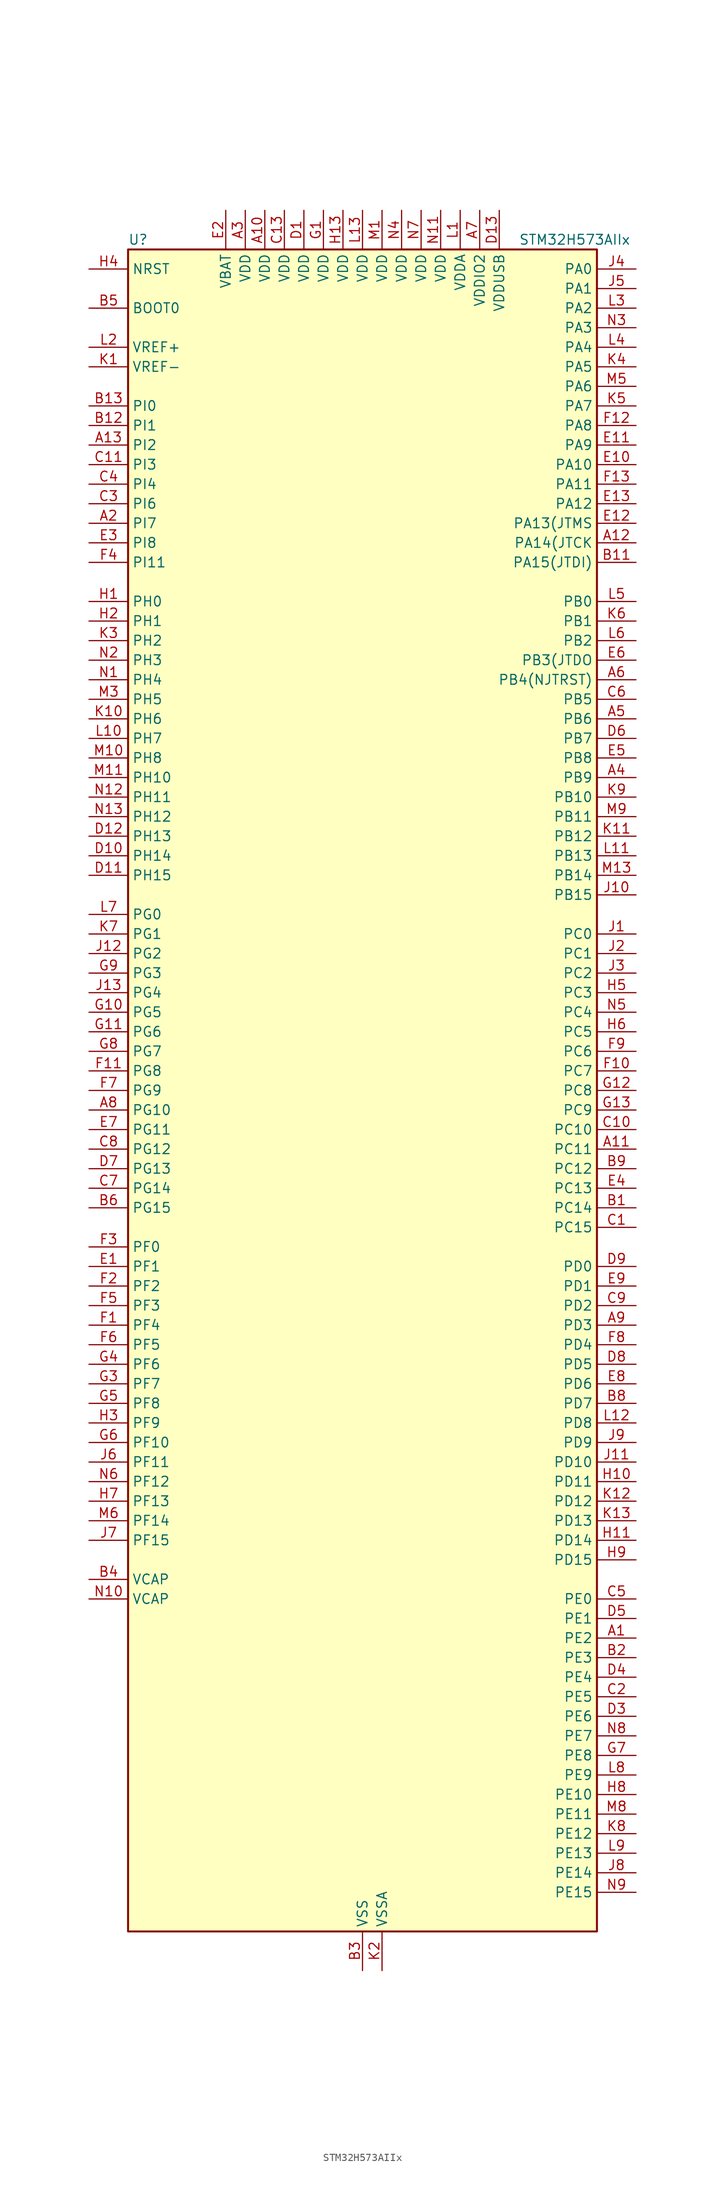
<source format=kicad_sym>
(kicad_symbol_lib
  (version 20231120)
  (generator "kicad-library-utils")
  (generator_version "8.0")
  (symbol "STM32H573AIIx"
    (property "Reference" "U"
      (at -30.48 110.49 0)
      (effects (font (size 1.27 1.27)) (justify left)))
    (property "Value" "STM32H573AIIx"
      (at 20.32 110.49 0)
      (effects (font (size 1.27 1.27)) (justify left)))
    (symbol "STM32H573AIIx_0_1"
      (rectangle (start -30.48 -109.22) (end 30.48 109.22) (stroke (width 0.254) (type default)) (fill (type background))))
    (symbol "STM32H573AIIx_1_1"
      (pin bidirectional line (at 35.56 -71.12 180) (length 5.08) (name "PE2" (effects (font (size 1.27 1.27)))) (number "A1" (effects (font (size 1.27 1.27)))) (alternate "DCMI_D3" bidirectional line) (alternate "DEBUG_TRACECLK" bidirectional line) (alternate "ETH_TXD3" bidirectional line) (alternate "FMC_A23" bidirectional line) (alternate "LPTIM1_IN2" bidirectional line) (alternate "OCTOSPI1_IO2" bidirectional line) (alternate "PSSI_D3" bidirectional line) (alternate "SAI1_CK1" bidirectional line) (alternate "SAI1_MCLK_A" bidirectional line) (alternate "SPI4_SCK" bidirectional line) (alternate "UART8_TX" bidirectional line) (alternate "USART10_RX" bidirectional line))
      (pin power_in line (at -12.7 114.3 270) (length 5.08) (name "VDD" (effects (font (size 1.27 1.27)))) (number "A10" (effects (font (size 1.27 1.27)))))
      (pin bidirectional line (at 35.56 -7.62 180) (length 5.08) (name "PC11" (effects (font (size 1.27 1.27)))) (number "A11" (effects (font (size 1.27 1.27)))) (alternate "ADC1_EXTI11" bidirectional line) (alternate "ADC2_EXTI11" bidirectional line) (alternate "DCMI_D4" bidirectional line) (alternate "I2S3_SDI" bidirectional line) (alternate "LPTIM3_IN1" bidirectional line) (alternate "OCTOSPI1_NCS" bidirectional line) (alternate "PSSI_D4" bidirectional line) (alternate "SDMMC1_D3" bidirectional line) (alternate "SPI3_MISO" bidirectional line) (alternate "UART4_RX" bidirectional line) (alternate "USART3_RX" bidirectional line))
      (pin bidirectional line (at 35.56 71.12 180) (length 5.08) (name "PA14(JTCK" (effects (font (size 1.27 1.27)))) (number "A12" (effects (font (size 1.27 1.27)))) (alternate "DEBUG_JTCK-SWCLK" bidirectional line))
      (pin bidirectional line (at -35.56 83.82 0) (length 5.08) (name "PI2" (effects (font (size 1.27 1.27)))) (number "A13" (effects (font (size 1.27 1.27)))) (alternate "DCMI_D9" bidirectional line) (alternate "I2S2_SDI" bidirectional line) (alternate "PSSI_D9" bidirectional line) (alternate "SPI2_MISO" bidirectional line) (alternate "TIM8_CH4" bidirectional line))
      (pin bidirectional line (at -35.56 73.66 0) (length 5.08) (name "PI7" (effects (font (size 1.27 1.27)))) (number "A2" (effects (font (size 1.27 1.27)))) (alternate "DCMI_D7" bidirectional line) (alternate "PSSI_D7" bidirectional line) (alternate "SAI2_FS_A" bidirectional line) (alternate "TIM8_CH3" bidirectional line))
      (pin power_in line (at -15.24 114.3 270) (length 5.08) (name "VDD" (effects (font (size 1.27 1.27)))) (number "A3" (effects (font (size 1.27 1.27)))))
      (pin bidirectional line (at 35.56 40.64 180) (length 5.08) (name "PB9" (effects (font (size 1.27 1.27)))) (number "A4" (effects (font (size 1.27 1.27)))) (alternate "DAC1_EXTI9" bidirectional line) (alternate "DCMI_D7" bidirectional line) (alternate "FDCAN1_TX" bidirectional line) (alternate "I2C1_SDA" bidirectional line) (alternate "I2C4_SDA" bidirectional line) (alternate "I2S2_WS" bidirectional line) (alternate "I3C1_SDA" bidirectional line) (alternate "PSSI_D7" bidirectional line) (alternate "SDMMC1_CDIR" bidirectional line) (alternate "SDMMC1_D5" bidirectional line) (alternate "SDMMC2_CKIN" bidirectional line) (alternate "SDMMC2_D5" bidirectional line) (alternate "SPI2_NSS" bidirectional line) (alternate "TIM17_CH1" bidirectional line) (alternate "TIM4_CH4" bidirectional line) (alternate "UART4_TX" bidirectional line))
      (pin bidirectional line (at 35.56 48.26 180) (length 5.08) (name "PB6" (effects (font (size 1.27 1.27)))) (number "A5" (effects (font (size 1.27 1.27)))) (alternate "CEC" bidirectional line) (alternate "DCMI_D5" bidirectional line) (alternate "FDCAN2_TX" bidirectional line) (alternate "FMC_SDNE1" bidirectional line) (alternate "I2C1_SCL" bidirectional line) (alternate "I2C4_SCL" bidirectional line) (alternate "I3C1_SCL" bidirectional line) (alternate "LPUART1_TX" bidirectional line) (alternate "OCTOSPI1_NCS" bidirectional line) (alternate "PSSI_D5" bidirectional line) (alternate "TIM16_CH1N" bidirectional line) (alternate "TIM4_CH1" bidirectional line) (alternate "UART5_TX" bidirectional line) (alternate "USART1_TX" bidirectional line))
      (pin bidirectional line (at 35.56 53.34 180) (length 5.08) (name "PB4(NJTRST)" (effects (font (size 1.27 1.27)))) (number "A6" (effects (font (size 1.27 1.27)))) (alternate "DCMI_D7" bidirectional line) (alternate "DEBUG_JTRST" bidirectional line) (alternate "I2S1_SDI" bidirectional line) (alternate "I2S2_WS" bidirectional line) (alternate "I2S3_SDI" bidirectional line) (alternate "LPTIM1_CH2" bidirectional line) (alternate "OCTOSPI1_CLK" bidirectional line) (alternate "PSSI_D7" bidirectional line) (alternate "SDMMC2_D3" bidirectional line) (alternate "SPI1_MISO" bidirectional line) (alternate "SPI2_NSS" bidirectional line) (alternate "SPI3_MISO" bidirectional line) (alternate "SPI6_MISO" bidirectional line) (alternate "TIM16_BKIN" bidirectional line) (alternate "TIM3_CH1" bidirectional line) (alternate "UART7_TX" bidirectional line))
      (pin power_in line (at 15.24 114.3 270) (length 5.08) (name "VDDIO2" (effects (font (size 1.27 1.27)))) (number "A7" (effects (font (size 1.27 1.27)))))
      (pin bidirectional line (at -35.56 -2.54 0) (length 5.08) (name "PG10" (effects (font (size 1.27 1.27)))) (number "A8" (effects (font (size 1.27 1.27)))) (alternate "DCMI_D2" bidirectional line) (alternate "FMC_NE3" bidirectional line) (alternate "I2S1_WS" bidirectional line) (alternate "PSSI_D2" bidirectional line) (alternate "SAI2_SD_B" bidirectional line) (alternate "SDMMC2_D1" bidirectional line) (alternate "SPI1_NSS" bidirectional line))
      (pin bidirectional line (at 35.56 -30.48 180) (length 5.08) (name "PD3" (effects (font (size 1.27 1.27)))) (number "A9" (effects (font (size 1.27 1.27)))) (alternate "DCMI_D5" bidirectional line) (alternate "FMC_CLK" bidirectional line) (alternate "I2S2_CK" bidirectional line) (alternate "PSSI_D5" bidirectional line) (alternate "PWR_WKUP8" bidirectional line) (alternate "SPI2_SCK" bidirectional line) (alternate "USART2_CTS" bidirectional line) (alternate "USART2_NSS" bidirectional line))
      (pin bidirectional line (at 35.56 -15.24 180) (length 5.08) (name "PC14" (effects (font (size 1.27 1.27)))) (number "B1" (effects (font (size 1.27 1.27)))) (alternate "RCC_OSC32_IN" bidirectional line))
      (pin passive line (at 0 -114.3 90) (length 5.08) hide (name "VSS" (effects (font (size 1.27 1.27)))) (number "B10" (effects (font (size 1.27 1.27)))))
      (pin bidirectional line (at 35.56 68.58 180) (length 5.08) (name "PA15(JTDI)" (effects (font (size 1.27 1.27)))) (number "B11" (effects (font (size 1.27 1.27)))) (alternate "ADC1_EXTI15" bidirectional line) (alternate "ADC2_EXTI15" bidirectional line) (alternate "CEC" bidirectional line) (alternate "DCMI_D11" bidirectional line) (alternate "DEBUG_JTDI" bidirectional line) (alternate "FMC_NBL1" bidirectional line) (alternate "I2S1_WS" bidirectional line) (alternate "I2S3_WS" bidirectional line) (alternate "LPTIM3_IN2" bidirectional line) (alternate "PSSI_D11" bidirectional line) (alternate "SPI1_NSS" bidirectional line) (alternate "SPI3_NSS" bidirectional line) (alternate "SPI6_NSS" bidirectional line) (alternate "TIM2_CH1" bidirectional line) (alternate "TIM2_ETR" bidirectional line) (alternate "UART4_DE" bidirectional line) (alternate "UART4_RTS" bidirectional line) (alternate "UART7_TX" bidirectional line))
      (pin bidirectional line (at -35.56 86.36 0) (length 5.08) (name "PI1" (effects (font (size 1.27 1.27)))) (number "B12" (effects (font (size 1.27 1.27)))) (alternate "DCMI_D8" bidirectional line) (alternate "I2S2_CK" bidirectional line) (alternate "PSSI_D8" bidirectional line) (alternate "SPI2_SCK" bidirectional line) (alternate "TIM8_BKIN2" bidirectional line))
      (pin bidirectional line (at -35.56 88.9 0) (length 5.08) (name "PI0" (effects (font (size 1.27 1.27)))) (number "B13" (effects (font (size 1.27 1.27)))) (alternate "DCMI_D13" bidirectional line) (alternate "I2S2_WS" bidirectional line) (alternate "PSSI_D13" bidirectional line) (alternate "SPI2_NSS" bidirectional line) (alternate "TIM5_CH4" bidirectional line))
      (pin bidirectional line (at 35.56 -73.66 180) (length 5.08) (name "PE3" (effects (font (size 1.27 1.27)))) (number "B2" (effects (font (size 1.27 1.27)))) (alternate "DEBUG_TRACED0" bidirectional line) (alternate "FMC_A19" bidirectional line) (alternate "SAI1_SD_B" bidirectional line) (alternate "TAMP_IN6" bidirectional line) (alternate "TAMP_OUT3" bidirectional line) (alternate "TIM15_BKIN" bidirectional line) (alternate "USART10_TX" bidirectional line))
      (pin power_in line (at 0 -114.3 90) (length 5.08) (name "VSS" (effects (font (size 1.27 1.27)))) (number "B3" (effects (font (size 1.27 1.27)))))
      (pin power_out line (at -35.56 -63.5 0) (length 5.08) (name "VCAP" (effects (font (size 1.27 1.27)))) (number "B4" (effects (font (size 1.27 1.27)))))
      (pin input line (at -35.56 101.6 0) (length 5.08) (name "BOOT0" (effects (font (size 1.27 1.27)))) (number "B5" (effects (font (size 1.27 1.27)))))
      (pin bidirectional line (at -35.56 -15.24 0) (length 5.08) (name "PG15" (effects (font (size 1.27 1.27)))) (number "B6" (effects (font (size 1.27 1.27)))) (alternate "ADC1_EXTI15" bidirectional line) (alternate "ADC2_EXTI15" bidirectional line) (alternate "DCMI_D13" bidirectional line) (alternate "FMC_SDNCAS" bidirectional line) (alternate "PSSI_D13" bidirectional line) (alternate "SPI4_RDY" bidirectional line) (alternate "USART10_CK" bidirectional line) (alternate "USART6_CTS" bidirectional line) (alternate "USART6_NSS" bidirectional line))
      (pin passive line (at 0 -114.3 90) (length 5.08) hide (name "VSS" (effects (font (size 1.27 1.27)))) (number "B7" (effects (font (size 1.27 1.27)))))
      (pin bidirectional line (at 35.56 -40.64 180) (length 5.08) (name "PD7" (effects (font (size 1.27 1.27)))) (number "B8" (effects (font (size 1.27 1.27)))) (alternate "FMC_NCE" bidirectional line) (alternate "FMC_NE1" bidirectional line) (alternate "I2S1_SDO" bidirectional line) (alternate "LPTIM4_OUT" bidirectional line) (alternate "OCTOSPI1_IO7" bidirectional line) (alternate "SDMMC2_CMD" bidirectional line) (alternate "SPI1_MOSI" bidirectional line) (alternate "USART2_CK" bidirectional line))
      (pin bidirectional line (at 35.56 -10.16 180) (length 5.08) (name "PC12" (effects (font (size 1.27 1.27)))) (number "B9" (effects (font (size 1.27 1.27)))) (alternate "DCMI_D9" bidirectional line) (alternate "DEBUG_TRACED3" bidirectional line) (alternate "I2S3_SDO" bidirectional line) (alternate "PSSI_D9" bidirectional line) (alternate "SDMMC1_CK" bidirectional line) (alternate "SPI3_MOSI" bidirectional line) (alternate "SPI6_SCK" bidirectional line) (alternate "TIM15_CH1" bidirectional line) (alternate "UART5_TX" bidirectional line) (alternate "USART3_CK" bidirectional line))
      (pin bidirectional line (at 35.56 -17.78 180) (length 5.08) (name "PC15" (effects (font (size 1.27 1.27)))) (number "C1" (effects (font (size 1.27 1.27)))) (alternate "ADC1_EXTI15" bidirectional line) (alternate "ADC2_EXTI15" bidirectional line) (alternate "RCC_OSC32_OUT" bidirectional line))
      (pin bidirectional line (at 35.56 -5.08 180) (length 5.08) (name "PC10" (effects (font (size 1.27 1.27)))) (number "C10" (effects (font (size 1.27 1.27)))) (alternate "DCMI_D8" bidirectional line) (alternate "ETH_TXD0" bidirectional line) (alternate "I2S3_CK" bidirectional line) (alternate "LPTIM3_ETR" bidirectional line) (alternate "OCTOSPI1_IO1" bidirectional line) (alternate "PSSI_D8" bidirectional line) (alternate "SDMMC1_D2" bidirectional line) (alternate "SPI3_SCK" bidirectional line) (alternate "UART4_TX" bidirectional line) (alternate "USART3_TX" bidirectional line))
      (pin bidirectional line (at -35.56 81.28 0) (length 5.08) (name "PI3" (effects (font (size 1.27 1.27)))) (number "C11" (effects (font (size 1.27 1.27)))) (alternate "DCMI_D10" bidirectional line) (alternate "I2S2_SDO" bidirectional line) (alternate "PSSI_D10" bidirectional line) (alternate "SPI2_MOSI" bidirectional line) (alternate "TIM8_ETR" bidirectional line))
      (pin passive line (at 0 -114.3 90) (length 5.08) hide (name "VSS" (effects (font (size 1.27 1.27)))) (number "C12" (effects (font (size 1.27 1.27)))))
      (pin power_in line (at -10.16 114.3 270) (length 5.08) (name "VDD" (effects (font (size 1.27 1.27)))) (number "C13" (effects (font (size 1.27 1.27)))))
      (pin bidirectional line (at 35.56 -78.74 180) (length 5.08) (name "PE5" (effects (font (size 1.27 1.27)))) (number "C2" (effects (font (size 1.27 1.27)))) (alternate "DCMI_D6" bidirectional line) (alternate "DEBUG_TRACED2" bidirectional line) (alternate "FMC_A21" bidirectional line) (alternate "PSSI_D6" bidirectional line) (alternate "SAI1_CK2" bidirectional line) (alternate "SAI1_SCK_A" bidirectional line) (alternate "SPI4_MISO" bidirectional line) (alternate "TAMP_IN8" bidirectional line) (alternate "TAMP_OUT7" bidirectional line) (alternate "TIM15_CH1" bidirectional line))
      (pin bidirectional line (at -35.56 76.2 0) (length 5.08) (name "PI6" (effects (font (size 1.27 1.27)))) (number "C3" (effects (font (size 1.27 1.27)))) (alternate "DCMI_D6" bidirectional line) (alternate "PSSI_D6" bidirectional line) (alternate "SAI2_SD_A" bidirectional line) (alternate "TIM8_CH2" bidirectional line))
      (pin bidirectional line (at -35.56 78.74 0) (length 5.08) (name "PI4" (effects (font (size 1.27 1.27)))) (number "C4" (effects (font (size 1.27 1.27)))) (alternate "DCMI_D5" bidirectional line) (alternate "PSSI_D5" bidirectional line) (alternate "SAI2_MCLK_A" bidirectional line) (alternate "SPI2_RDY" bidirectional line) (alternate "TIM8_BKIN" bidirectional line))
      (pin bidirectional line (at 35.56 -66.04 180) (length 5.08) (name "PE0" (effects (font (size 1.27 1.27)))) (number "C5" (effects (font (size 1.27 1.27)))) (alternate "DCMI_D2" bidirectional line) (alternate "FDCAN1_RX" bidirectional line) (alternate "FMC_NBL0" bidirectional line) (alternate "LPTIM1_ETR" bidirectional line) (alternate "LPTIM2_CH2" bidirectional line) (alternate "LPTIM2_ETR" bidirectional line) (alternate "PSSI_D2" bidirectional line) (alternate "SAI2_MCLK_A" bidirectional line) (alternate "SPI3_RDY" bidirectional line) (alternate "TIM4_ETR" bidirectional line) (alternate "UART8_RX" bidirectional line))
      (pin bidirectional line (at 35.56 50.8 180) (length 5.08) (name "PB5" (effects (font (size 1.27 1.27)))) (number "C6" (effects (font (size 1.27 1.27)))) (alternate "DCMI_D10" bidirectional line) (alternate "ETH_PPS_OUT" bidirectional line) (alternate "FDCAN2_RX" bidirectional line) (alternate "FMC_SDCKE1" bidirectional line) (alternate "I2C1_SMBA" bidirectional line) (alternate "I2C4_SMBA" bidirectional line) (alternate "I2S1_SDO" bidirectional line) (alternate "I2S3_SDO" bidirectional line) (alternate "OCTOSPI1_NCLK" bidirectional line) (alternate "PSSI_D10" bidirectional line) (alternate "SPI1_MOSI" bidirectional line) (alternate "SPI3_MOSI" bidirectional line) (alternate "SPI6_MOSI" bidirectional line) (alternate "TIM17_BKIN" bidirectional line) (alternate "TIM3_CH2" bidirectional line) (alternate "UART5_RX" bidirectional line))
      (pin bidirectional line (at -35.56 -12.7 0) (length 5.08) (name "PG14" (effects (font (size 1.27 1.27)))) (number "C7" (effects (font (size 1.27 1.27)))) (alternate "DEBUG_TRACED1" bidirectional line) (alternate "ETH_TXD1" bidirectional line) (alternate "FMC_A25" bidirectional line) (alternate "LPTIM1_CH2" bidirectional line) (alternate "LPTIM1_ETR" bidirectional line) (alternate "LPTIM5_IN1" bidirectional line) (alternate "OCTOSPI1_IO7" bidirectional line) (alternate "SDMMC2_D7" bidirectional line) (alternate "SPI6_MOSI" bidirectional line) (alternate "USART10_RTS" bidirectional line) (alternate "USART6_TX" bidirectional line))
      (pin bidirectional line (at -35.56 -7.62 0) (length 5.08) (name "PG12" (effects (font (size 1.27 1.27)))) (number "C8" (effects (font (size 1.27 1.27)))) (alternate "DCMI_D11" bidirectional line) (alternate "ETH_TXD1" bidirectional line) (alternate "FMC_NE4" bidirectional line) (alternate "LPTIM1_IN1" bidirectional line) (alternate "LPTIM5_CH1" bidirectional line) (alternate "PSSI_D11" bidirectional line) (alternate "PSSI_D15" bidirectional line) (alternate "SDMMC2_D3" bidirectional line) (alternate "SPI6_MISO" bidirectional line) (alternate "USART10_TX" bidirectional line) (alternate "USART6_RTS" bidirectional line))
      (pin bidirectional line (at 35.56 -27.94 180) (length 5.08) (name "PD2" (effects (font (size 1.27 1.27)))) (number "C9" (effects (font (size 1.27 1.27)))) (alternate "DCMI_D11" bidirectional line) (alternate "DEBUG_TRACED2" bidirectional line) (alternate "LPTIM4_ETR" bidirectional line) (alternate "PSSI_D11" bidirectional line) (alternate "PWR_WKUP7" bidirectional line) (alternate "SDMMC1_CMD" bidirectional line) (alternate "TIM15_BKIN" bidirectional line) (alternate "TIM3_ETR" bidirectional line) (alternate "UART5_RX" bidirectional line))
      (pin power_in line (at -7.62 114.3 270) (length 5.08) (name "VDD" (effects (font (size 1.27 1.27)))) (number "D1" (effects (font (size 1.27 1.27)))))
      (pin bidirectional line (at -35.56 30.48 0) (length 5.08) (name "PH14" (effects (font (size 1.27 1.27)))) (number "D10" (effects (font (size 1.27 1.27)))) (alternate "DCMI_D4" bidirectional line) (alternate "FDCAN1_RX" bidirectional line) (alternate "PSSI_D4" bidirectional line) (alternate "TIM8_CH2N" bidirectional line) (alternate "UART4_RX" bidirectional line))
      (pin bidirectional line (at -35.56 27.94 0) (length 5.08) (name "PH15" (effects (font (size 1.27 1.27)))) (number "D11" (effects (font (size 1.27 1.27)))) (alternate "ADC1_EXTI15" bidirectional line) (alternate "ADC2_EXTI15" bidirectional line) (alternate "DCMI_D11" bidirectional line) (alternate "PSSI_D11" bidirectional line) (alternate "TIM8_CH3N" bidirectional line))
      (pin bidirectional line (at -35.56 33.02 0) (length 5.08) (name "PH13" (effects (font (size 1.27 1.27)))) (number "D12" (effects (font (size 1.27 1.27)))) (alternate "DCMI_D3" bidirectional line) (alternate "FDCAN1_TX" bidirectional line) (alternate "LPTIM1_IN2" bidirectional line) (alternate "PSSI_D3" bidirectional line) (alternate "TIM8_CH1N" bidirectional line) (alternate "UART4_TX" bidirectional line) (alternate "UART8_TX" bidirectional line))
      (pin power_in line (at 17.78 114.3 270) (length 5.08) (name "VDDUSB" (effects (font (size 1.27 1.27)))) (number "D13" (effects (font (size 1.27 1.27)))))
      (pin passive line (at 0 -114.3 90) (length 5.08) hide (name "VSS" (effects (font (size 1.27 1.27)))) (number "D2" (effects (font (size 1.27 1.27)))))
      (pin bidirectional line (at 35.56 -81.28 180) (length 5.08) (name "PE6" (effects (font (size 1.27 1.27)))) (number "D3" (effects (font (size 1.27 1.27)))) (alternate "DCMI_D7" bidirectional line) (alternate "DEBUG_TRACED3" bidirectional line) (alternate "FMC_A22" bidirectional line) (alternate "PSSI_D7" bidirectional line) (alternate "SAI1_D1" bidirectional line) (alternate "SAI1_SD_A" bidirectional line) (alternate "SAI2_MCLK_B" bidirectional line) (alternate "SPI4_MOSI" bidirectional line) (alternate "TAMP_IN3" bidirectional line) (alternate "TAMP_OUT6" bidirectional line) (alternate "TIM15_CH2" bidirectional line) (alternate "TIM1_BKIN2" bidirectional line))
      (pin bidirectional line (at 35.56 -76.2 180) (length 5.08) (name "PE4" (effects (font (size 1.27 1.27)))) (number "D4" (effects (font (size 1.27 1.27)))) (alternate "DCMI_D4" bidirectional line) (alternate "DEBUG_TRACED1" bidirectional line) (alternate "FMC_A20" bidirectional line) (alternate "PSSI_D4" bidirectional line) (alternate "SAI1_D2" bidirectional line) (alternate "SAI1_FS_A" bidirectional line) (alternate "SPI4_NSS" bidirectional line) (alternate "TAMP_IN7" bidirectional line) (alternate "TAMP_OUT8" bidirectional line) (alternate "TIM15_CH1N" bidirectional line))
      (pin bidirectional line (at 35.56 -68.58 180) (length 5.08) (name "PE1" (effects (font (size 1.27 1.27)))) (number "D5" (effects (font (size 1.27 1.27)))) (alternate "DCMI_D3" bidirectional line) (alternate "FDCAN1_TX" bidirectional line) (alternate "FMC_NBL1" bidirectional line) (alternate "LPTIM1_IN2" bidirectional line) (alternate "PSSI_D3" bidirectional line) (alternate "UART8_TX" bidirectional line))
      (pin bidirectional line (at 35.56 45.72 180) (length 5.08) (name "PB7" (effects (font (size 1.27 1.27)))) (number "D6" (effects (font (size 1.27 1.27)))) (alternate "DCMI_VSYNC" bidirectional line) (alternate "FDCAN1_TX" bidirectional line) (alternate "FMC_NL" bidirectional line) (alternate "I2C1_SDA" bidirectional line) (alternate "I2C4_SDA" bidirectional line) (alternate "I3C1_SDA" bidirectional line) (alternate "LPUART1_RX" bidirectional line) (alternate "PSSI_RDY" bidirectional line) (alternate "PWR_WKUP5" bidirectional line) (alternate "SDMMC2_CKIN" bidirectional line) (alternate "SDMMC2_D5" bidirectional line) (alternate "TIM17_CH1N" bidirectional line) (alternate "TIM4_CH2" bidirectional line) (alternate "USART1_RX" bidirectional line))
      (pin bidirectional line (at -35.56 -10.16 0) (length 5.08) (name "PG13" (effects (font (size 1.27 1.27)))) (number "D7" (effects (font (size 1.27 1.27)))) (alternate "DEBUG_TRACED0" bidirectional line) (alternate "ETH_TXD0" bidirectional line) (alternate "FMC_A24" bidirectional line) (alternate "LPTIM1_CH1" bidirectional line) (alternate "LPTIM5_CH2" bidirectional line) (alternate "SDMMC2_D6" bidirectional line) (alternate "SPI6_SCK" bidirectional line) (alternate "USART10_CTS" bidirectional line) (alternate "USART10_NSS" bidirectional line) (alternate "USART6_CTS" bidirectional line) (alternate "USART6_NSS" bidirectional line))
      (pin bidirectional line (at 35.56 -35.56 180) (length 5.08) (name "PD5" (effects (font (size 1.27 1.27)))) (number "D8" (effects (font (size 1.27 1.27)))) (alternate "FDCAN1_TX" bidirectional line) (alternate "FMC_NWE" bidirectional line) (alternate "OCTOSPI1_IO5" bidirectional line) (alternate "SPI2_RDY" bidirectional line) (alternate "TIM1_CH4N" bidirectional line) (alternate "USART2_TX" bidirectional line))
      (pin bidirectional line (at 35.56 -22.86 180) (length 5.08) (name "PD0" (effects (font (size 1.27 1.27)))) (number "D9" (effects (font (size 1.27 1.27)))) (alternate "FDCAN1_RX" bidirectional line) (alternate "FMC_D2" bidirectional line) (alternate "FMC_DA2" bidirectional line) (alternate "TIM8_CH4N" bidirectional line) (alternate "UART4_RX" bidirectional line) (alternate "UART9_CTS" bidirectional line))
      (pin bidirectional line (at -35.56 -22.86 0) (length 5.08) (name "PF1" (effects (font (size 1.27 1.27)))) (number "E1" (effects (font (size 1.27 1.27)))) (alternate "FMC_A1" bidirectional line) (alternate "I2C2_SCL" bidirectional line) (alternate "LPTIM5_CH2" bidirectional line))
      (pin bidirectional line (at 35.56 81.28 180) (length 5.08) (name "PA10" (effects (font (size 1.27 1.27)))) (number "E10" (effects (font (size 1.27 1.27)))) (alternate "DCMI_D1" bidirectional line) (alternate "FDCAN2_TX" bidirectional line) (alternate "LPTIM2_IN2" bidirectional line) (alternate "LPUART1_RX" bidirectional line) (alternate "PSSI_D1" bidirectional line) (alternate "SDMMC1_D0" bidirectional line) (alternate "TIM1_CH3" bidirectional line) (alternate "UCPD1_FRSTX" bidirectional line) (alternate "USART1_RX" bidirectional line))
      (pin bidirectional line (at 35.56 83.82 180) (length 5.08) (name "PA9" (effects (font (size 1.27 1.27)))) (number "E11" (effects (font (size 1.27 1.27)))) (alternate "DAC1_EXTI9" bidirectional line) (alternate "DCMI_D0" bidirectional line) (alternate "ETH_TX_ER" bidirectional line) (alternate "FMC_NWE" bidirectional line) (alternate "I2C3_SMBA" bidirectional line) (alternate "I2S2_CK" bidirectional line) (alternate "LPUART1_TX" bidirectional line) (alternate "PSSI_D0" bidirectional line) (alternate "SPI2_SCK" bidirectional line) (alternate "TIM1_CH2" bidirectional line) (alternate "UCPD1_DB1" bidirectional line) (alternate "USART1_TX" bidirectional line))
      (pin bidirectional line (at 35.56 73.66 180) (length 5.08) (name "PA13(JTMS" (effects (font (size 1.27 1.27)))) (number "E12" (effects (font (size 1.27 1.27)))) (alternate "DEBUG_JTMS-SWDIO" bidirectional line))
      (pin bidirectional line (at 35.56 76.2 180) (length 5.08) (name "PA12" (effects (font (size 1.27 1.27)))) (number "E13" (effects (font (size 1.27 1.27)))) (alternate "FDCAN1_TX" bidirectional line) (alternate "I2S2_CK" bidirectional line) (alternate "LPUART1_RTS" bidirectional line) (alternate "SAI2_FS_B" bidirectional line) (alternate "SPI2_SCK" bidirectional line) (alternate "TIM1_ETR" bidirectional line) (alternate "UART4_TX" bidirectional line) (alternate "USART1_RTS" bidirectional line) (alternate "USB_DP" bidirectional line))
      (pin power_in line (at -17.78 114.3 270) (length 5.08) (name "VBAT" (effects (font (size 1.27 1.27)))) (number "E2" (effects (font (size 1.27 1.27)))))
      (pin bidirectional line (at -35.56 71.12 0) (length 5.08) (name "PI8" (effects (font (size 1.27 1.27)))) (number "E3" (effects (font (size 1.27 1.27)))) (alternate "PWR_WKUP3" bidirectional line) (alternate "RTC_OUT2" bidirectional line) (alternate "TAMP_IN2" bidirectional line) (alternate "TAMP_OUT3" bidirectional line))
      (pin bidirectional line (at 35.56 -12.7 180) (length 5.08) (name "PC13" (effects (font (size 1.27 1.27)))) (number "E4" (effects (font (size 1.27 1.27)))) (alternate "PWR_WKUP4" bidirectional line) (alternate "RTC_OUT1" bidirectional line) (alternate "RTC_TS" bidirectional line) (alternate "TAMP_IN1" bidirectional line) (alternate "TAMP_OUT2" bidirectional line) (alternate "TAMP_OUT3" bidirectional line))
      (pin bidirectional line (at 35.56 43.18 180) (length 5.08) (name "PB8" (effects (font (size 1.27 1.27)))) (number "E5" (effects (font (size 1.27 1.27)))) (alternate "DCMI_D6" bidirectional line) (alternate "ETH_TXD3" bidirectional line) (alternate "FDCAN1_RX" bidirectional line) (alternate "I2C1_SCL" bidirectional line) (alternate "I2C4_SCL" bidirectional line) (alternate "I3C1_SCL" bidirectional line) (alternate "PSSI_D6" bidirectional line) (alternate "SDMMC1_CKIN" bidirectional line) (alternate "SDMMC1_D4" bidirectional line) (alternate "SDMMC2_D4" bidirectional line) (alternate "SPI4_RDY" bidirectional line) (alternate "TIM16_CH1" bidirectional line) (alternate "TIM4_CH3" bidirectional line) (alternate "UART4_RX" bidirectional line))
      (pin bidirectional line (at 35.56 55.88 180) (length 5.08) (name "PB3(JTDO" (effects (font (size 1.27 1.27)))) (number "E6" (effects (font (size 1.27 1.27)))) (alternate "CRS_SYNC" bidirectional line) (alternate "DEBUG_JTDO-SWO" bidirectional line) (alternate "I2C2_SDA" bidirectional line) (alternate "I2S1_CK" bidirectional line) (alternate "I2S3_CK" bidirectional line) (alternate "LPTIM6_ETR" bidirectional line) (alternate "SDMMC2_D2" bidirectional line) (alternate "SPI1_SCK" bidirectional line) (alternate "SPI3_SCK" bidirectional line) (alternate "SPI6_SCK" bidirectional line) (alternate "TIM2_CH2" bidirectional line) (alternate "UART12_CTS" bidirectional line) (alternate "UART7_RX" bidirectional line))
      (pin bidirectional line (at -35.56 -5.08 0) (length 5.08) (name "PG11" (effects (font (size 1.27 1.27)))) (number "E7" (effects (font (size 1.27 1.27)))) (alternate "ADC1_EXTI11" bidirectional line) (alternate "ADC2_EXTI11" bidirectional line) (alternate "DCMI_D3" bidirectional line) (alternate "ETH_TX_EN" bidirectional line) (alternate "I2S1_CK" bidirectional line) (alternate "LPTIM1_IN2" bidirectional line) (alternate "PSSI_D3" bidirectional line) (alternate "SDMMC2_D2" bidirectional line) (alternate "SPI1_SCK" bidirectional line) (alternate "USART10_RX" bidirectional line) (alternate "USART11_RTS" bidirectional line))
      (pin bidirectional line (at 35.56 -38.1 180) (length 5.08) (name "PD6" (effects (font (size 1.27 1.27)))) (number "E8" (effects (font (size 1.27 1.27)))) (alternate "DCMI_D10" bidirectional line) (alternate "FMC_NWAIT" bidirectional line) (alternate "I2S3_SDO" bidirectional line) (alternate "OCTOSPI1_IO6" bidirectional line) (alternate "PSSI_D10" bidirectional line) (alternate "SAI1_D1" bidirectional line) (alternate "SAI1_SD_A" bidirectional line) (alternate "SDMMC2_CK" bidirectional line) (alternate "SPI3_MOSI" bidirectional line) (alternate "USART2_RX" bidirectional line))
      (pin bidirectional line (at 35.56 -25.4 180) (length 5.08) (name "PD1" (effects (font (size 1.27 1.27)))) (number "E9" (effects (font (size 1.27 1.27)))) (alternate "FDCAN1_TX" bidirectional line) (alternate "FMC_D3" bidirectional line) (alternate "FMC_DA3" bidirectional line) (alternate "UART4_TX" bidirectional line))
      (pin bidirectional line (at -35.56 -30.48 0) (length 5.08) (name "PF4" (effects (font (size 1.27 1.27)))) (number "F1" (effects (font (size 1.27 1.27)))) (alternate "FMC_A4" bidirectional line) (alternate "LPTIM3_ETR" bidirectional line) (alternate "USART11_RX" bidirectional line))
      (pin bidirectional line (at 35.56 2.54 180) (length 5.08) (name "PC7" (effects (font (size 1.27 1.27)))) (number "F10" (effects (font (size 1.27 1.27)))) (alternate "DCMI_D1" bidirectional line) (alternate "DEBUG_TRGIO" bidirectional line) (alternate "FMC_NE1" bidirectional line) (alternate "I2S3_MCK" bidirectional line) (alternate "OCTOSPI1_IO6" bidirectional line) (alternate "PSSI_D1" bidirectional line) (alternate "SDMMC1_D123DIR" bidirectional line) (alternate "SDMMC1_D7" bidirectional line) (alternate "SDMMC2_D7" bidirectional line) (alternate "TIM3_CH2" bidirectional line) (alternate "TIM8_CH2" bidirectional line) (alternate "USART6_RX" bidirectional line))
      (pin bidirectional line (at -35.56 2.54 0) (length 5.08) (name "PG8" (effects (font (size 1.27 1.27)))) (number "F11" (effects (font (size 1.27 1.27)))) (alternate "ETH_PPS_OUT" bidirectional line) (alternate "FMC_SDCLK" bidirectional line) (alternate "SPI6_NSS" bidirectional line) (alternate "TIM8_ETR" bidirectional line) (alternate "USART6_RTS" bidirectional line))
      (pin bidirectional line (at 35.56 86.36 180) (length 5.08) (name "PA8" (effects (font (size 1.27 1.27)))) (number "F12" (effects (font (size 1.27 1.27)))) (alternate "DCMI_D3" bidirectional line) (alternate "FMC_NOE" bidirectional line) (alternate "I2C3_SCL" bidirectional line) (alternate "PSSI_D3" bidirectional line) (alternate "RCC_MCO_1" bidirectional line) (alternate "SPI1_RDY" bidirectional line) (alternate "TIM1_CH1" bidirectional line) (alternate "TIM8_BKIN2" bidirectional line) (alternate "UART7_RX" bidirectional line) (alternate "USART1_CK" bidirectional line) (alternate "USB_SOF" bidirectional line))
      (pin bidirectional line (at 35.56 78.74 180) (length 5.08) (name "PA11" (effects (font (size 1.27 1.27)))) (number "F13" (effects (font (size 1.27 1.27)))) (alternate "ADC1_EXTI11" bidirectional line) (alternate "ADC2_EXTI11" bidirectional line) (alternate "FDCAN1_RX" bidirectional line) (alternate "I2S2_WS" bidirectional line) (alternate "LPUART1_CTS" bidirectional line) (alternate "SPI2_NSS" bidirectional line) (alternate "TIM1_CH4" bidirectional line) (alternate "UART4_RX" bidirectional line) (alternate "USART1_CTS" bidirectional line) (alternate "USART1_NSS" bidirectional line) (alternate "USB_DM" bidirectional line))
      (pin bidirectional line (at -35.56 -25.4 0) (length 5.08) (name "PF2" (effects (font (size 1.27 1.27)))) (number "F2" (effects (font (size 1.27 1.27)))) (alternate "FMC_A2" bidirectional line) (alternate "I2C2_SMBA" bidirectional line) (alternate "LPTIM3_CH2" bidirectional line) (alternate "LPTIM3_IN2" bidirectional line) (alternate "LPTIM5_IN1" bidirectional line) (alternate "UART12_TX" bidirectional line) (alternate "USART11_CK" bidirectional line))
      (pin bidirectional line (at -35.56 -20.32 0) (length 5.08) (name "PF0" (effects (font (size 1.27 1.27)))) (number "F3" (effects (font (size 1.27 1.27)))) (alternate "FMC_A0" bidirectional line) (alternate "I2C2_SDA" bidirectional line) (alternate "LPTIM5_CH1" bidirectional line))
      (pin bidirectional line (at -35.56 68.58 0) (length 5.08) (name "PI11" (effects (font (size 1.27 1.27)))) (number "F4" (effects (font (size 1.27 1.27)))) (alternate "ADC1_EXTI11" bidirectional line) (alternate "ADC2_EXTI11" bidirectional line) (alternate "PSSI_D15" bidirectional line) (alternate "TAMP_IN4" bidirectional line) (alternate "TAMP_OUT5" bidirectional line))
      (pin bidirectional line (at -35.56 -27.94 0) (length 5.08) (name "PF3" (effects (font (size 1.27 1.27)))) (number "F5" (effects (font (size 1.27 1.27)))) (alternate "FMC_A3" bidirectional line) (alternate "LPTIM3_IN1" bidirectional line) (alternate "LPTIM5_IN2" bidirectional line) (alternate "USART11_TX" bidirectional line))
      (pin bidirectional line (at -35.56 -33.02 0) (length 5.08) (name "PF5" (effects (font (size 1.27 1.27)))) (number "F6" (effects (font (size 1.27 1.27)))) (alternate "FMC_A5" bidirectional line) (alternate "I2C4_SCL" bidirectional line) (alternate "I3C1_SCL" bidirectional line) (alternate "LPTIM3_CH1" bidirectional line) (alternate "LPTIM3_IN1" bidirectional line) (alternate "UART12_RX" bidirectional line) (alternate "USART11_CTS" bidirectional line) (alternate "USART11_NSS" bidirectional line))
      (pin bidirectional line (at -35.56 0 0) (length 5.08) (name "PG9" (effects (font (size 1.27 1.27)))) (number "F7" (effects (font (size 1.27 1.27)))) (alternate "DAC1_EXTI9" bidirectional line) (alternate "DCMI_VSYNC" bidirectional line) (alternate "FMC_NCE" bidirectional line) (alternate "FMC_NE2" bidirectional line) (alternate "I2S1_SDI" bidirectional line) (alternate "OCTOSPI1_IO6" bidirectional line) (alternate "PSSI_RDY" bidirectional line) (alternate "SAI2_FS_B" bidirectional line) (alternate "SDMMC2_D0" bidirectional line) (alternate "SPI1_MISO" bidirectional line) (alternate "USART6_RX" bidirectional line))
      (pin bidirectional line (at 35.56 -33.02 180) (length 5.08) (name "PD4" (effects (font (size 1.27 1.27)))) (number "F8" (effects (font (size 1.27 1.27)))) (alternate "FMC_NOE" bidirectional line) (alternate "OCTOSPI1_IO4" bidirectional line) (alternate "USART2_RTS" bidirectional line))
      (pin bidirectional line (at 35.56 5.08 180) (length 5.08) (name "PC6" (effects (font (size 1.27 1.27)))) (number "F9" (effects (font (size 1.27 1.27)))) (alternate "DCMI_D0" bidirectional line) (alternate "FMC_NWAIT" bidirectional line) (alternate "I2S2_MCK" bidirectional line) (alternate "OCTOSPI1_IO5" bidirectional line) (alternate "PSSI_D0" bidirectional line) (alternate "SAI1_SCK_A" bidirectional line) (alternate "SDMMC1_D0DIR" bidirectional line) (alternate "SDMMC1_D6" bidirectional line) (alternate "SDMMC2_D6" bidirectional line) (alternate "TIM3_CH1" bidirectional line) (alternate "TIM8_CH1" bidirectional line) (alternate "USART6_TX" bidirectional line))
      (pin power_in line (at -5.08 114.3 270) (length 5.08) (name "VDD" (effects (font (size 1.27 1.27)))) (number "G1" (effects (font (size 1.27 1.27)))))
      (pin bidirectional line (at -35.56 10.16 0) (length 5.08) (name "PG5" (effects (font (size 1.27 1.27)))) (number "G10" (effects (font (size 1.27 1.27)))) (alternate "FMC_A15" bidirectional line) (alternate "FMC_BA1" bidirectional line) (alternate "TIM1_ETR" bidirectional line))
      (pin bidirectional line (at -35.56 7.62 0) (length 5.08) (name "PG6" (effects (font (size 1.27 1.27)))) (number "G11" (effects (font (size 1.27 1.27)))) (alternate "DCMI_D12" bidirectional line) (alternate "FMC_NE3" bidirectional line) (alternate "I2C4_SDA" bidirectional line) (alternate "I3C1_SDA" bidirectional line) (alternate "OCTOSPI1_NCS" bidirectional line) (alternate "PSSI_D12" bidirectional line) (alternate "SPI1_RDY" bidirectional line) (alternate "TIM17_BKIN" bidirectional line) (alternate "UCPD1_FRSTX" bidirectional line))
      (pin bidirectional line (at 35.56 0 180) (length 5.08) (name "PC8" (effects (font (size 1.27 1.27)))) (number "G12" (effects (font (size 1.27 1.27)))) (alternate "DCMI_D2" bidirectional line) (alternate "DEBUG_TRACED1" bidirectional line) (alternate "FMC_ALE" bidirectional line) (alternate "FMC_INT" bidirectional line) (alternate "FMC_NCE" bidirectional line) (alternate "FMC_NE2" bidirectional line) (alternate "PSSI_D2" bidirectional line) (alternate "SDMMC1_D0" bidirectional line) (alternate "TIM3_CH3" bidirectional line) (alternate "TIM8_CH3" bidirectional line) (alternate "UART5_DE" bidirectional line) (alternate "UART5_RTS" bidirectional line) (alternate "USART6_CK" bidirectional line))
      (pin bidirectional line (at 35.56 -2.54 180) (length 5.08) (name "PC9" (effects (font (size 1.27 1.27)))) (number "G13" (effects (font (size 1.27 1.27)))) (alternate "AUDIOCLK" bidirectional line) (alternate "DAC1_EXTI9" bidirectional line) (alternate "DCMI_D3" bidirectional line) (alternate "FMC_CLE" bidirectional line) (alternate "I2C3_SDA" bidirectional line) (alternate "OCTOSPI1_IO0" bidirectional line) (alternate "PSSI_D3" bidirectional line) (alternate "RCC_MCO_2" bidirectional line) (alternate "SDMMC1_D1" bidirectional line) (alternate "TIM3_CH4" bidirectional line) (alternate "TIM8_CH4" bidirectional line) (alternate "UART5_CTS" bidirectional line) (alternate "UCPD1_DB2" bidirectional line))
      (pin passive line (at 0 -114.3 90) (length 5.08) hide (name "VSS" (effects (font (size 1.27 1.27)))) (number "G2" (effects (font (size 1.27 1.27)))))
      (pin bidirectional line (at -35.56 -38.1 0) (length 5.08) (name "PF7" (effects (font (size 1.27 1.27)))) (number "G3" (effects (font (size 1.27 1.27)))) (alternate "LPTIM5_CH2" bidirectional line) (alternate "OCTOSPI1_IO2" bidirectional line) (alternate "SAI1_MCLK_B" bidirectional line) (alternate "SPI5_SCK" bidirectional line) (alternate "TIM17_CH1" bidirectional line) (alternate "UART7_TX" bidirectional line))
      (pin bidirectional line (at -35.56 -35.56 0) (length 5.08) (name "PF6" (effects (font (size 1.27 1.27)))) (number "G4" (effects (font (size 1.27 1.27)))) (alternate "LPTIM5_CH1" bidirectional line) (alternate "OCTOSPI1_IO3" bidirectional line) (alternate "SAI1_SD_B" bidirectional line) (alternate "SPI5_NSS" bidirectional line) (alternate "TIM16_CH1" bidirectional line) (alternate "UART7_RX" bidirectional line))
      (pin bidirectional line (at -35.56 -40.64 0) (length 5.08) (name "PF8" (effects (font (size 1.27 1.27)))) (number "G5" (effects (font (size 1.27 1.27)))) (alternate "LPTIM5_IN1" bidirectional line) (alternate "OCTOSPI1_IO0" bidirectional line) (alternate "SAI1_SCK_B" bidirectional line) (alternate "SPI5_MISO" bidirectional line) (alternate "TIM13_CH1" bidirectional line) (alternate "TIM16_CH1N" bidirectional line) (alternate "UART7_RTS" bidirectional line))
      (pin bidirectional line (at -35.56 -45.72 0) (length 5.08) (name "PF10" (effects (font (size 1.27 1.27)))) (number "G6" (effects (font (size 1.27 1.27)))) (alternate "DCMI_D11" bidirectional line) (alternate "OCTOSPI1_CLK" bidirectional line) (alternate "PSSI_D11" bidirectional line) (alternate "PSSI_D15" bidirectional line) (alternate "SAI1_D3" bidirectional line) (alternate "TIM16_BKIN" bidirectional line))
      (pin bidirectional line (at 35.56 -86.36 180) (length 5.08) (name "PE8" (effects (font (size 1.27 1.27)))) (number "G7" (effects (font (size 1.27 1.27)))) (alternate "FMC_D5" bidirectional line) (alternate "FMC_DA5" bidirectional line) (alternate "OCTOSPI1_IO5" bidirectional line) (alternate "TIM1_CH1N" bidirectional line) (alternate "UART12_CTS" bidirectional line) (alternate "UART7_TX" bidirectional line))
      (pin bidirectional line (at -35.56 5.08 0) (length 5.08) (name "PG7" (effects (font (size 1.27 1.27)))) (number "G8" (effects (font (size 1.27 1.27)))) (alternate "DCMI_D13" bidirectional line) (alternate "FMC_INT" bidirectional line) (alternate "I2C4_SCL" bidirectional line) (alternate "I3C1_SCL" bidirectional line) (alternate "PSSI_D13" bidirectional line) (alternate "SAI1_CK2" bidirectional line) (alternate "SAI1_MCLK_A" bidirectional line) (alternate "UCPD1_FRSTX" bidirectional line) (alternate "USART6_CK" bidirectional line))
      (pin bidirectional line (at -35.56 15.24 0) (length 5.08) (name "PG3" (effects (font (size 1.27 1.27)))) (number "G9" (effects (font (size 1.27 1.27)))) (alternate "FMC_A13" bidirectional line) (alternate "LPTIM5_ETR" bidirectional line) (alternate "TIM8_BKIN2" bidirectional line) (alternate "UART12_TX" bidirectional line))
      (pin bidirectional line (at -35.56 63.5 0) (length 5.08) (name "PH0" (effects (font (size 1.27 1.27)))) (number "H1" (effects (font (size 1.27 1.27)))) (alternate "RCC_OSC_IN" bidirectional line))
      (pin bidirectional line (at 35.56 -50.8 180) (length 5.08) (name "PD11" (effects (font (size 1.27 1.27)))) (number "H10" (effects (font (size 1.27 1.27)))) (alternate "ADC1_EXTI11" bidirectional line) (alternate "ADC2_EXTI11" bidirectional line) (alternate "FMC_A16" bidirectional line) (alternate "FMC_CLE" bidirectional line) (alternate "I2C4_SMBA" bidirectional line) (alternate "LPTIM2_IN2" bidirectional line) (alternate "OCTOSPI1_IO0" bidirectional line) (alternate "SAI1_CK1" bidirectional line) (alternate "SAI2_SD_A" bidirectional line) (alternate "UART4_RX" bidirectional line) (alternate "USART3_CTS" bidirectional line) (alternate "USART3_NSS" bidirectional line))
      (pin bidirectional line (at 35.56 -58.42 180) (length 5.08) (name "PD14" (effects (font (size 1.27 1.27)))) (number "H11" (effects (font (size 1.27 1.27)))) (alternate "FMC_D0" bidirectional line) (alternate "FMC_DA0" bidirectional line) (alternate "TIM4_CH3" bidirectional line) (alternate "UART8_CTS" bidirectional line) (alternate "UART9_RX" bidirectional line))
      (pin passive line (at 0 -114.3 90) (length 5.08) hide (name "VSS" (effects (font (size 1.27 1.27)))) (number "H12" (effects (font (size 1.27 1.27)))))
      (pin power_in line (at -2.54 114.3 270) (length 5.08) (name "VDD" (effects (font (size 1.27 1.27)))) (number "H13" (effects (font (size 1.27 1.27)))))
      (pin bidirectional line (at -35.56 60.96 0) (length 5.08) (name "PH1" (effects (font (size 1.27 1.27)))) (number "H2" (effects (font (size 1.27 1.27)))) (alternate "RCC_OSC_OUT" bidirectional line))
      (pin bidirectional line (at -35.56 -43.18 0) (length 5.08) (name "PF9" (effects (font (size 1.27 1.27)))) (number "H3" (effects (font (size 1.27 1.27)))) (alternate "DAC1_EXTI9" bidirectional line) (alternate "LPTIM5_IN2" bidirectional line) (alternate "OCTOSPI1_IO1" bidirectional line) (alternate "SAI1_FS_B" bidirectional line) (alternate "SPI5_MOSI" bidirectional line) (alternate "TIM14_CH1" bidirectional line) (alternate "TIM17_CH1N" bidirectional line) (alternate "UART7_CTS" bidirectional line))
      (pin input line (at -35.56 106.68 0) (length 5.08) (name "NRST" (effects (font (size 1.27 1.27)))) (number "H4" (effects (font (size 1.27 1.27)))))
      (pin bidirectional line (at 35.56 12.7 180) (length 5.08) (name "PC3" (effects (font (size 1.27 1.27)))) (number "H5" (effects (font (size 1.27 1.27)))) (alternate "ADC1_INN12" bidirectional line) (alternate "ADC1_INP13" bidirectional line) (alternate "ADC2_INN12" bidirectional line) (alternate "ADC2_INP13" bidirectional line) (alternate "ETH_TX_CLK" bidirectional line) (alternate "FMC_SDCKE0" bidirectional line) (alternate "I2S2_SDO" bidirectional line) (alternate "LPTIM3_CH1" bidirectional line) (alternate "OCTOSPI1_IO0" bidirectional line) (alternate "OCTOSPI1_IO6" bidirectional line) (alternate "PWR_CSTOP" bidirectional line) (alternate "SAI1_D3" bidirectional line) (alternate "SPI2_MOSI" bidirectional line))
      (pin bidirectional line (at 35.56 7.62 180) (length 5.08) (name "PC5" (effects (font (size 1.27 1.27)))) (number "H6" (effects (font (size 1.27 1.27)))) (alternate "ADC1_INN4" bidirectional line) (alternate "ADC1_INP8" bidirectional line) (alternate "ADC2_INN4" bidirectional line) (alternate "ADC2_INP8" bidirectional line) (alternate "ETH_RXD1" bidirectional line) (alternate "FMC_SDCKE0" bidirectional line) (alternate "OCTOSPI1_DQS" bidirectional line) (alternate "PSSI_D15" bidirectional line) (alternate "SAI1_D3" bidirectional line) (alternate "SAI1_FS_A" bidirectional line) (alternate "TIM1_CH4N" bidirectional line) (alternate "UART12_RTS" bidirectional line))
      (pin bidirectional line (at -35.56 -53.34 0) (length 5.08) (name "PF13" (effects (font (size 1.27 1.27)))) (number "H7" (effects (font (size 1.27 1.27)))) (alternate "ADC2_INP2" bidirectional line) (alternate "FMC_A7" bidirectional line) (alternate "I2C4_SMBA" bidirectional line) (alternate "LPTIM6_IN1" bidirectional line))
      (pin bidirectional line (at 35.56 -91.44 180) (length 5.08) (name "PE10" (effects (font (size 1.27 1.27)))) (number "H8" (effects (font (size 1.27 1.27)))) (alternate "FMC_D7" bidirectional line) (alternate "FMC_DA7" bidirectional line) (alternate "OCTOSPI1_IO7" bidirectional line) (alternate "TIM1_CH2N" bidirectional line) (alternate "UART12_TX" bidirectional line) (alternate "UART7_CTS" bidirectional line))
      (pin bidirectional line (at 35.56 -60.96 180) (length 5.08) (name "PD15" (effects (font (size 1.27 1.27)))) (number "H9" (effects (font (size 1.27 1.27)))) (alternate "ADC1_EXTI15" bidirectional line) (alternate "ADC2_EXTI15" bidirectional line) (alternate "FMC_D1" bidirectional line) (alternate "FMC_DA1" bidirectional line) (alternate "TIM4_CH4" bidirectional line) (alternate "UART8_RTS" bidirectional line) (alternate "UART9_TX" bidirectional line))
      (pin bidirectional line (at 35.56 20.32 180) (length 5.08) (name "PC0" (effects (font (size 1.27 1.27)))) (number "J1" (effects (font (size 1.27 1.27)))) (alternate "ADC1_INP10" bidirectional line) (alternate "ADC2_INP10" bidirectional line) (alternate "FMC_A25" bidirectional line) (alternate "FMC_SDNWE" bidirectional line) (alternate "OCTOSPI1_IO7" bidirectional line) (alternate "SAI1_MCLK_A" bidirectional line) (alternate "SAI2_FS_B" bidirectional line) (alternate "SPI2_RDY" bidirectional line) (alternate "TIM16_BKIN" bidirectional line))
      (pin bidirectional line (at 35.56 25.4 180) (length 5.08) (name "PB15" (effects (font (size 1.27 1.27)))) (number "J10" (effects (font (size 1.27 1.27)))) (alternate "ADC1_EXTI15" bidirectional line) (alternate "ADC2_EXTI15" bidirectional line) (alternate "DCMI_D2" bidirectional line) (alternate "ETH_TXD1" bidirectional line) (alternate "I2S2_SDO" bidirectional line) (alternate "OCTOSPI1_CLK" bidirectional line) (alternate "PSSI_D2" bidirectional line) (alternate "PWR_PVD_IN" bidirectional line) (alternate "RTC_REFIN" bidirectional line) (alternate "SDMMC2_D1" bidirectional line) (alternate "SPI2_MOSI" bidirectional line) (alternate "TIM12_CH2" bidirectional line) (alternate "TIM1_CH3N" bidirectional line) (alternate "TIM8_CH3N" bidirectional line) (alternate "UART4_CTS" bidirectional line) (alternate "UART5_RX" bidirectional line) (alternate "USART11_CTS" bidirectional line) (alternate "USART11_NSS" bidirectional line) (alternate "USART1_RX" bidirectional line))
      (pin bidirectional line (at 35.56 -48.26 180) (length 5.08) (name "PD10" (effects (font (size 1.27 1.27)))) (number "J11" (effects (font (size 1.27 1.27)))) (alternate "FMC_D15" bidirectional line) (alternate "FMC_DA15" bidirectional line) (alternate "LPTIM2_CH2" bidirectional line) (alternate "USART3_CK" bidirectional line))
      (pin bidirectional line (at -35.56 17.78 0) (length 5.08) (name "PG2" (effects (font (size 1.27 1.27)))) (number "J12" (effects (font (size 1.27 1.27)))) (alternate "FMC_A12" bidirectional line) (alternate "LPTIM6_ETR" bidirectional line) (alternate "TIM8_BKIN" bidirectional line) (alternate "UART12_RX" bidirectional line))
      (pin bidirectional line (at -35.56 12.7 0) (length 5.08) (name "PG4" (effects (font (size 1.27 1.27)))) (number "J13" (effects (font (size 1.27 1.27)))) (alternate "FMC_A14" bidirectional line) (alternate "FMC_BA0" bidirectional line) (alternate "LPTIM4_ETR" bidirectional line) (alternate "TIM1_BKIN2" bidirectional line))
      (pin bidirectional line (at 35.56 17.78 180) (length 5.08) (name "PC1" (effects (font (size 1.27 1.27)))) (number "J2" (effects (font (size 1.27 1.27)))) (alternate "ADC1_INN10" bidirectional line) (alternate "ADC1_INP11" bidirectional line) (alternate "ADC2_INN10" bidirectional line) (alternate "ADC2_INP11" bidirectional line) (alternate "DEBUG_TRACED0" bidirectional line) (alternate "ETH_MDC" bidirectional line) (alternate "I2S2_SDO" bidirectional line) (alternate "OCTOSPI1_IO4" bidirectional line) (alternate "PWR_WKUP6" bidirectional line) (alternate "SAI1_D1" bidirectional line) (alternate "SAI1_SD_A" bidirectional line) (alternate "SAI2_SD_A" bidirectional line) (alternate "SDMMC2_CK" bidirectional line) (alternate "SPI2_MOSI" bidirectional line) (alternate "TAMP_IN3" bidirectional line) (alternate "TAMP_OUT5" bidirectional line) (alternate "USART11_RTS" bidirectional line))
      (pin bidirectional line (at 35.56 15.24 180) (length 5.08) (name "PC2" (effects (font (size 1.27 1.27)))) (number "J3" (effects (font (size 1.27 1.27)))) (alternate "ADC1_INN11" bidirectional line) (alternate "ADC1_INP12" bidirectional line) (alternate "ADC2_INN11" bidirectional line) (alternate "ADC2_INP12" bidirectional line) (alternate "ETH_TXD2" bidirectional line) (alternate "FMC_SDNE0" bidirectional line) (alternate "I2S2_SDI" bidirectional line) (alternate "OCTOSPI1_IO2" bidirectional line) (alternate "OCTOSPI1_IO5" bidirectional line) (alternate "PWR_CSLEEP" bidirectional line) (alternate "SPI2_MISO" bidirectional line) (alternate "TIM17_CH1" bidirectional line) (alternate "TIM4_CH4" bidirectional line))
      (pin bidirectional line (at 35.56 106.68 180) (length 5.08) (name "PA0" (effects (font (size 1.27 1.27)))) (number "J4" (effects (font (size 1.27 1.27)))) (alternate "ADC1_INN1" bidirectional line) (alternate "ADC1_INP0" bidirectional line) (alternate "ADC2_INN1" bidirectional line) (alternate "ADC2_INP0" bidirectional line) (alternate "ETH_CRS" bidirectional line) (alternate "PWR_WKUP1" bidirectional line) (alternate "SAI2_SD_B" bidirectional line) (alternate "SDMMC2_CMD" bidirectional line) (alternate "SPI3_RDY" bidirectional line) (alternate "SPI6_NSS" bidirectional line) (alternate "TAMP_IN2" bidirectional line) (alternate "TAMP_OUT1" bidirectional line) (alternate "TIM15_BKIN" bidirectional line) (alternate "TIM2_CH1" bidirectional line) (alternate "TIM2_ETR" bidirectional line) (alternate "TIM5_CH1" bidirectional line) (alternate "TIM8_ETR" bidirectional line) (alternate "UART4_TX" bidirectional line) (alternate "USART2_CTS" bidirectional line) (alternate "USART2_NSS" bidirectional line))
      (pin bidirectional line (at 35.56 104.14 180) (length 5.08) (name "PA1" (effects (font (size 1.27 1.27)))) (number "J5" (effects (font (size 1.27 1.27)))) (alternate "ADC1_INP1" bidirectional line) (alternate "ADC2_INP1" bidirectional line) (alternate "ETH_REF_CLK" bidirectional line) (alternate "ETH_RX_CLK" bidirectional line) (alternate "LPTIM1_IN1" bidirectional line) (alternate "OCTOSPI1_DQS" bidirectional line) (alternate "OCTOSPI1_IO3" bidirectional line) (alternate "SAI2_MCLK_B" bidirectional line) (alternate "TAMP_IN5" bidirectional line) (alternate "TAMP_OUT4" bidirectional line) (alternate "TIM15_CH1N" bidirectional line) (alternate "TIM2_CH2" bidirectional line) (alternate "TIM5_CH2" bidirectional line) (alternate "UART4_RX" bidirectional line) (alternate "USART2_RTS" bidirectional line))
      (pin bidirectional line (at -35.56 -48.26 0) (length 5.08) (name "PF11" (effects (font (size 1.27 1.27)))) (number "J6" (effects (font (size 1.27 1.27)))) (alternate "ADC1_EXTI11" bidirectional line) (alternate "ADC1_INP2" bidirectional line) (alternate "ADC2_EXTI11" bidirectional line) (alternate "DCMI_D12" bidirectional line) (alternate "FMC_SDNRAS" bidirectional line) (alternate "LPTIM6_CH1" bidirectional line) (alternate "OCTOSPI1_NCLK" bidirectional line) (alternate "PSSI_D12" bidirectional line) (alternate "SAI2_SD_B" bidirectional line) (alternate "SPI5_MOSI" bidirectional line))
      (pin bidirectional line (at -35.56 -58.42 0) (length 5.08) (name "PF15" (effects (font (size 1.27 1.27)))) (number "J7" (effects (font (size 1.27 1.27)))) (alternate "ADC1_EXTI15" bidirectional line) (alternate "ADC2_EXTI15" bidirectional line) (alternate "FMC_A9" bidirectional line) (alternate "I2C4_SDA" bidirectional line) (alternate "I3C1_SDA" bidirectional line))
      (pin bidirectional line (at 35.56 -101.6 180) (length 5.08) (name "PE14" (effects (font (size 1.27 1.27)))) (number "J8" (effects (font (size 1.27 1.27)))) (alternate "FMC_D11" bidirectional line) (alternate "FMC_DA11" bidirectional line) (alternate "SAI2_MCLK_B" bidirectional line) (alternate "SPI4_MOSI" bidirectional line) (alternate "TIM1_CH4" bidirectional line))
      (pin bidirectional line (at 35.56 -45.72 180) (length 5.08) (name "PD9" (effects (font (size 1.27 1.27)))) (number "J9" (effects (font (size 1.27 1.27)))) (alternate "DAC1_EXTI9" bidirectional line) (alternate "FDCAN2_RX" bidirectional line) (alternate "FMC_D14" bidirectional line) (alternate "FMC_DA14" bidirectional line) (alternate "USART3_RX" bidirectional line))
      (pin input line (at -35.56 93.98 0) (length 5.08) (name "VREF-" (effects (font (size 1.27 1.27)))) (number "K1" (effects (font (size 1.27 1.27)))))
      (pin bidirectional line (at -35.56 48.26 0) (length 5.08) (name "PH6" (effects (font (size 1.27 1.27)))) (number "K10" (effects (font (size 1.27 1.27)))) (alternate "DCMI_D8" bidirectional line) (alternate "ETH_RXD2" bidirectional line) (alternate "FMC_SDNE1" bidirectional line) (alternate "I2C2_SMBA" bidirectional line) (alternate "PSSI_D8" bidirectional line) (alternate "SPI5_SCK" bidirectional line) (alternate "TIM12_CH1" bidirectional line) (alternate "TIM1_CH3N" bidirectional line) (alternate "TIM8_CH1" bidirectional line))
      (pin bidirectional line (at 35.56 33.02 180) (length 5.08) (name "PB12" (effects (font (size 1.27 1.27)))) (number "K11" (effects (font (size 1.27 1.27)))) (alternate "ETH_TXD0" bidirectional line) (alternate "FDCAN2_RX" bidirectional line) (alternate "I2C2_SDA" bidirectional line) (alternate "I2S2_WS" bidirectional line) (alternate "OCTOSPI1_NCLK" bidirectional line) (alternate "SPI2_NSS" bidirectional line) (alternate "TIM1_BKIN" bidirectional line) (alternate "UART5_RX" bidirectional line) (alternate "UCPD1_FRSTX" bidirectional line) (alternate "USART3_CK" bidirectional line))
      (pin bidirectional line (at 35.56 -53.34 180) (length 5.08) (name "PD12" (effects (font (size 1.27 1.27)))) (number "K12" (effects (font (size 1.27 1.27)))) (alternate "DCMI_D12" bidirectional line) (alternate "FMC_A17" bidirectional line) (alternate "FMC_ALE" bidirectional line) (alternate "I2C4_SCL" bidirectional line) (alternate "I3C1_SCL" bidirectional line) (alternate "LPTIM1_IN1" bidirectional line) (alternate "LPTIM2_IN1" bidirectional line) (alternate "OCTOSPI1_IO1" bidirectional line) (alternate "PSSI_D12" bidirectional line) (alternate "SAI1_D1" bidirectional line) (alternate "SAI2_FS_A" bidirectional line) (alternate "TIM4_CH1" bidirectional line) (alternate "UART4_TX" bidirectional line) (alternate "USART3_RTS" bidirectional line))
      (pin bidirectional line (at 35.56 -55.88 180) (length 5.08) (name "PD13" (effects (font (size 1.27 1.27)))) (number "K13" (effects (font (size 1.27 1.27)))) (alternate "DCMI_D13" bidirectional line) (alternate "FMC_A18" bidirectional line) (alternate "I2C4_SDA" bidirectional line) (alternate "I3C1_SDA" bidirectional line) (alternate "LPTIM1_CH1" bidirectional line) (alternate "LPTIM2_CH1" bidirectional line) (alternate "LPTIM4_IN1" bidirectional line) (alternate "OCTOSPI1_IO3" bidirectional line) (alternate "PSSI_D13" bidirectional line) (alternate "SAI2_SCK_A" bidirectional line) (alternate "TIM4_CH2" bidirectional line) (alternate "UART9_RTS" bidirectional line))
      (pin power_in line (at 2.54 -114.3 90) (length 5.08) (name "VSSA" (effects (font (size 1.27 1.27)))) (number "K2" (effects (font (size 1.27 1.27)))))
      (pin bidirectional line (at -35.56 58.42 0) (length 5.08) (name "PH2" (effects (font (size 1.27 1.27)))) (number "K3" (effects (font (size 1.27 1.27)))) (alternate "ETH_CRS" bidirectional line) (alternate "FMC_SDCKE0" bidirectional line) (alternate "LPTIM1_IN2" bidirectional line) (alternate "OCTOSPI1_IO4" bidirectional line) (alternate "SAI2_SCK_B" bidirectional line))
      (pin bidirectional line (at 35.56 93.98 180) (length 5.08) (name "PA5" (effects (font (size 1.27 1.27)))) (number "K4" (effects (font (size 1.27 1.27)))) (alternate "ADC1_INN18" bidirectional line) (alternate "ADC1_INP19" bidirectional line) (alternate "ADC2_INN18" bidirectional line) (alternate "ADC2_INP19" bidirectional line) (alternate "DAC1_OUT2" bidirectional line) (alternate "ETH_TX_EN" bidirectional line) (alternate "I2S1_CK" bidirectional line) (alternate "PSSI_D14" bidirectional line) (alternate "SPI1_SCK" bidirectional line) (alternate "SPI6_SCK" bidirectional line) (alternate "TIM2_CH1" bidirectional line) (alternate "TIM2_ETR" bidirectional line) (alternate "TIM8_CH1N" bidirectional line))
      (pin bidirectional line (at 35.56 88.9 180) (length 5.08) (name "PA7" (effects (font (size 1.27 1.27)))) (number "K5" (effects (font (size 1.27 1.27)))) (alternate "ADC1_INN3" bidirectional line) (alternate "ADC1_INP7" bidirectional line) (alternate "ADC2_INN3" bidirectional line) (alternate "ADC2_INP7" bidirectional line) (alternate "ETH_CRS_DV" bidirectional line) (alternate "ETH_RX_DV" bidirectional line) (alternate "FMC_NWE" bidirectional line) (alternate "FMC_SDNWE" bidirectional line) (alternate "I2S1_SDO" bidirectional line) (alternate "OCTOSPI1_IO2" bidirectional line) (alternate "SPI1_MOSI" bidirectional line) (alternate "SPI6_MOSI" bidirectional line) (alternate "TIM14_CH1" bidirectional line) (alternate "TIM1_CH1N" bidirectional line) (alternate "TIM3_CH2" bidirectional line) (alternate "TIM8_CH1N" bidirectional line) (alternate "USART11_RX" bidirectional line))
      (pin bidirectional line (at 35.56 60.96 180) (length 5.08) (name "PB1" (effects (font (size 1.27 1.27)))) (number "K6" (effects (font (size 1.27 1.27)))) (alternate "ADC1_INP5" bidirectional line) (alternate "ADC2_INP5" bidirectional line) (alternate "ETH_RXD3" bidirectional line) (alternate "LPTIM3_CH2" bidirectional line) (alternate "OCTOSPI1_IO0" bidirectional line) (alternate "TIM1_CH3N" bidirectional line) (alternate "TIM3_CH4" bidirectional line) (alternate "TIM8_CH3N" bidirectional line))
      (pin bidirectional line (at -35.56 20.32 0) (length 5.08) (name "PG1" (effects (font (size 1.27 1.27)))) (number "K7" (effects (font (size 1.27 1.27)))) (alternate "FMC_A11" bidirectional line) (alternate "I2S2_SDO" bidirectional line) (alternate "SPI2_MOSI" bidirectional line) (alternate "UART9_TX" bidirectional line))
      (pin bidirectional line (at 35.56 -96.52 180) (length 5.08) (name "PE12" (effects (font (size 1.27 1.27)))) (number "K8" (effects (font (size 1.27 1.27)))) (alternate "FMC_D9" bidirectional line) (alternate "FMC_DA9" bidirectional line) (alternate "SAI2_SCK_B" bidirectional line) (alternate "SPI4_SCK" bidirectional line) (alternate "TIM1_CH3N" bidirectional line))
      (pin bidirectional line (at 35.56 38.1 180) (length 5.08) (name "PB10" (effects (font (size 1.27 1.27)))) (number "K9" (effects (font (size 1.27 1.27)))) (alternate "ETH_RX_ER" bidirectional line) (alternate "I2C2_SCL" bidirectional line) (alternate "I2S2_CK" bidirectional line) (alternate "LPTIM2_IN1" bidirectional line) (alternate "LPTIM3_CH1" bidirectional line) (alternate "OCTOSPI1_NCS" bidirectional line) (alternate "SPI2_SCK" bidirectional line) (alternate "TIM2_CH3" bidirectional line) (alternate "USART3_TX" bidirectional line))
      (pin power_in line (at 12.7 114.3 270) (length 5.08) (name "VDDA" (effects (font (size 1.27 1.27)))) (number "L1" (effects (font (size 1.27 1.27)))))
      (pin bidirectional line (at -35.56 45.72 0) (length 5.08) (name "PH7" (effects (font (size 1.27 1.27)))) (number "L10" (effects (font (size 1.27 1.27)))) (alternate "DCMI_D9" bidirectional line) (alternate "ETH_RXD3" bidirectional line) (alternate "FMC_SDCKE1" bidirectional line) (alternate "I2C3_SCL" bidirectional line) (alternate "PSSI_D9" bidirectional line) (alternate "SPI5_MISO" bidirectional line) (alternate "TIM1_CH3" bidirectional line) (alternate "TIM8_CH1N" bidirectional line))
      (pin bidirectional line (at 35.56 30.48 180) (length 5.08) (name "PB13" (effects (font (size 1.27 1.27)))) (number "L11" (effects (font (size 1.27 1.27)))) (alternate "FDCAN2_TX" bidirectional line) (alternate "I2C2_SMBA" bidirectional line) (alternate "I2S2_CK" bidirectional line) (alternate "LPTIM2_CH1" bidirectional line) (alternate "LPTIM3_IN1" bidirectional line) (alternate "SDMMC1_D0" bidirectional line) (alternate "SPI2_SCK" bidirectional line) (alternate "TIM1_CH1N" bidirectional line) (alternate "UART5_TX" bidirectional line) (alternate "UCPD1_CC1" bidirectional line) (alternate "USART3_CTS" bidirectional line) (alternate "USART3_NSS" bidirectional line))
      (pin bidirectional line (at 35.56 -43.18 180) (length 5.08) (name "PD8" (effects (font (size 1.27 1.27)))) (number "L12" (effects (font (size 1.27 1.27)))) (alternate "FMC_D13" bidirectional line) (alternate "FMC_DA13" bidirectional line) (alternate "USART3_TX" bidirectional line))
      (pin power_in line (at 0 114.3 270) (length 5.08) (name "VDD" (effects (font (size 1.27 1.27)))) (number "L13" (effects (font (size 1.27 1.27)))))
      (pin input line (at -35.56 96.52 0) (length 5.08) (name "VREF+" (effects (font (size 1.27 1.27)))) (number "L2" (effects (font (size 1.27 1.27)))))
      (pin bidirectional line (at 35.56 101.6 180) (length 5.08) (name "PA2" (effects (font (size 1.27 1.27)))) (number "L3" (effects (font (size 1.27 1.27)))) (alternate "ADC1_INP14" bidirectional line) (alternate "ADC2_INP14" bidirectional line) (alternate "ETH_MDIO" bidirectional line) (alternate "LPTIM1_IN2" bidirectional line) (alternate "PWR_WKUP2" bidirectional line) (alternate "SAI2_SCK_B" bidirectional line) (alternate "TAMP_IN4" bidirectional line) (alternate "TAMP_OUT3" bidirectional line) (alternate "TIM15_CH1" bidirectional line) (alternate "TIM2_CH3" bidirectional line) (alternate "TIM5_CH3" bidirectional line) (alternate "USART2_TX" bidirectional line))
      (pin bidirectional line (at 35.56 96.52 180) (length 5.08) (name "PA4" (effects (font (size 1.27 1.27)))) (number "L4" (effects (font (size 1.27 1.27)))) (alternate "ADC1_INP18" bidirectional line) (alternate "ADC2_INP18" bidirectional line) (alternate "DAC1_OUT1" bidirectional line) (alternate "DCMI_HSYNC" bidirectional line) (alternate "I2S1_WS" bidirectional line) (alternate "I2S3_WS" bidirectional line) (alternate "LPTIM2_CH1" bidirectional line) (alternate "PSSI_DE" bidirectional line) (alternate "SPI1_NSS" bidirectional line) (alternate "SPI3_NSS" bidirectional line) (alternate "SPI6_NSS" bidirectional line) (alternate "TIM5_ETR" bidirectional line) (alternate "USART2_CK" bidirectional line))
      (pin bidirectional line (at 35.56 63.5 180) (length 5.08) (name "PB0" (effects (font (size 1.27 1.27)))) (number "L5" (effects (font (size 1.27 1.27)))) (alternate "ADC1_INN5" bidirectional line) (alternate "ADC1_INP9" bidirectional line) (alternate "ADC2_INN5" bidirectional line) (alternate "ADC2_INP9" bidirectional line) (alternate "ETH_RXD2" bidirectional line) (alternate "LPTIM3_CH1" bidirectional line) (alternate "OCTOSPI1_IO1" bidirectional line) (alternate "TIM1_CH2N" bidirectional line) (alternate "TIM3_CH3" bidirectional line) (alternate "TIM8_CH2N" bidirectional line) (alternate "UART4_CTS" bidirectional line) (alternate "USART11_CK" bidirectional line))
      (pin bidirectional line (at 35.56 58.42 180) (length 5.08) (name "PB2" (effects (font (size 1.27 1.27)))) (number "L6" (effects (font (size 1.27 1.27)))) (alternate "I2S3_SDO" bidirectional line) (alternate "LPTIM1_CH1" bidirectional line) (alternate "LPTIM5_ETR" bidirectional line) (alternate "OCTOSPI1_CLK" bidirectional line) (alternate "OCTOSPI1_DQS" bidirectional line) (alternate "RCC_LSCO" bidirectional line) (alternate "RTC_OUT2" bidirectional line) (alternate "SAI1_D1" bidirectional line) (alternate "SAI1_SD_A" bidirectional line) (alternate "SDMMC1_CMD" bidirectional line) (alternate "SPI1_RDY" bidirectional line) (alternate "SPI3_MOSI" bidirectional line) (alternate "TIM8_CH4N" bidirectional line))
      (pin bidirectional line (at -35.56 22.86 0) (length 5.08) (name "PG0" (effects (font (size 1.27 1.27)))) (number "L7" (effects (font (size 1.27 1.27)))) (alternate "FMC_A10" bidirectional line) (alternate "LPTIM4_IN1" bidirectional line) (alternate "UART9_RX" bidirectional line))
      (pin bidirectional line (at 35.56 -88.9 180) (length 5.08) (name "PE9" (effects (font (size 1.27 1.27)))) (number "L8" (effects (font (size 1.27 1.27)))) (alternate "DAC1_EXTI9" bidirectional line) (alternate "FMC_D6" bidirectional line) (alternate "FMC_DA6" bidirectional line) (alternate "OCTOSPI1_IO6" bidirectional line) (alternate "TIM1_CH1" bidirectional line) (alternate "UART12_RX" bidirectional line) (alternate "UART7_RTS" bidirectional line))
      (pin bidirectional line (at 35.56 -99.06 180) (length 5.08) (name "PE13" (effects (font (size 1.27 1.27)))) (number "L9" (effects (font (size 1.27 1.27)))) (alternate "FMC_D10" bidirectional line) (alternate "FMC_DA10" bidirectional line) (alternate "SAI2_FS_B" bidirectional line) (alternate "SPI4_MISO" bidirectional line) (alternate "TIM1_CH3" bidirectional line))
      (pin power_in line (at 2.54 114.3 270) (length 5.08) (name "VDD" (effects (font (size 1.27 1.27)))) (number "M1" (effects (font (size 1.27 1.27)))))
      (pin bidirectional line (at -35.56 43.18 0) (length 5.08) (name "PH8" (effects (font (size 1.27 1.27)))) (number "M10" (effects (font (size 1.27 1.27)))) (alternate "DCMI_HSYNC" bidirectional line) (alternate "I2C3_SDA" bidirectional line) (alternate "PSSI_DE" bidirectional line) (alternate "SPI5_MOSI" bidirectional line) (alternate "TIM1_CH2N" bidirectional line) (alternate "TIM5_ETR" bidirectional line) (alternate "TIM8_CH2" bidirectional line))
      (pin bidirectional line (at -35.56 40.64 0) (length 5.08) (name "PH10" (effects (font (size 1.27 1.27)))) (number "M11" (effects (font (size 1.27 1.27)))) (alternate "DCMI_D1" bidirectional line) (alternate "I2C4_SMBA" bidirectional line) (alternate "PSSI_D1" bidirectional line) (alternate "SPI5_RDY" bidirectional line) (alternate "TIM1_CH1N" bidirectional line) (alternate "TIM5_CH1" bidirectional line) (alternate "TIM8_CH3" bidirectional line))
      (pin passive line (at 0 -114.3 90) (length 5.08) hide (name "VSS" (effects (font (size 1.27 1.27)))) (number "M12" (effects (font (size 1.27 1.27)))))
      (pin bidirectional line (at 35.56 27.94 180) (length 5.08) (name "PB14" (effects (font (size 1.27 1.27)))) (number "M13" (effects (font (size 1.27 1.27)))) (alternate "I2S2_SDI" bidirectional line) (alternate "LPTIM3_ETR" bidirectional line) (alternate "SDMMC2_D0" bidirectional line) (alternate "SPI2_MISO" bidirectional line) (alternate "TIM12_CH1" bidirectional line) (alternate "TIM1_CH2N" bidirectional line) (alternate "TIM8_CH2N" bidirectional line) (alternate "UART4_DE" bidirectional line) (alternate "UART4_RTS" bidirectional line) (alternate "UCPD1_CC2" bidirectional line) (alternate "USART1_TX" bidirectional line) (alternate "USART3_RTS" bidirectional line))
      (pin passive line (at 0 -114.3 90) (length 5.08) hide (name "VSS" (effects (font (size 1.27 1.27)))) (number "M2" (effects (font (size 1.27 1.27)))))
      (pin bidirectional line (at -35.56 50.8 0) (length 5.08) (name "PH5" (effects (font (size 1.27 1.27)))) (number "M3" (effects (font (size 1.27 1.27)))) (alternate "FMC_SDNWE" bidirectional line) (alternate "I2C2_SDA" bidirectional line) (alternate "SPI5_NSS" bidirectional line) (alternate "SPI6_RDY" bidirectional line))
      (pin passive line (at 0 -114.3 90) (length 5.08) hide (name "VSS" (effects (font (size 1.27 1.27)))) (number "M4" (effects (font (size 1.27 1.27)))))
      (pin bidirectional line (at 35.56 91.44 180) (length 5.08) (name "PA6" (effects (font (size 1.27 1.27)))) (number "M5" (effects (font (size 1.27 1.27)))) (alternate "ADC1_INP3" bidirectional line) (alternate "ADC2_INP3" bidirectional line) (alternate "DCMI_PIXCLK" bidirectional line) (alternate "I2S1_SDI" bidirectional line) (alternate "OCTOSPI1_IO3" bidirectional line) (alternate "PSSI_PDCK" bidirectional line) (alternate "SPI1_MISO" bidirectional line) (alternate "SPI6_MISO" bidirectional line) (alternate "TIM13_CH1" bidirectional line) (alternate "TIM1_BKIN" bidirectional line) (alternate "TIM3_CH1" bidirectional line) (alternate "TIM8_BKIN" bidirectional line) (alternate "USART11_TX" bidirectional line))
      (pin bidirectional line (at -35.56 -55.88 0) (length 5.08) (name "PF14" (effects (font (size 1.27 1.27)))) (number "M6" (effects (font (size 1.27 1.27)))) (alternate "ADC2_INN2" bidirectional line) (alternate "ADC2_INP6" bidirectional line) (alternate "FMC_A8" bidirectional line) (alternate "LPTIM6_IN2" bidirectional line))
      (pin passive line (at 0 -114.3 90) (length 5.08) hide (name "VSS" (effects (font (size 1.27 1.27)))) (number "M7" (effects (font (size 1.27 1.27)))))
      (pin bidirectional line (at 35.56 -93.98 180) (length 5.08) (name "PE11" (effects (font (size 1.27 1.27)))) (number "M8" (effects (font (size 1.27 1.27)))) (alternate "ADC1_EXTI11" bidirectional line) (alternate "ADC2_EXTI11" bidirectional line) (alternate "FMC_D8" bidirectional line) (alternate "FMC_DA8" bidirectional line) (alternate "OCTOSPI1_NCS" bidirectional line) (alternate "SAI2_SD_B" bidirectional line) (alternate "SPI1_RDY" bidirectional line) (alternate "SPI4_NSS" bidirectional line) (alternate "TIM1_CH2" bidirectional line))
      (pin bidirectional line (at 35.56 35.56 180) (length 5.08) (name "PB11" (effects (font (size 1.27 1.27)))) (number "M9" (effects (font (size 1.27 1.27)))) (alternate "ADC1_EXTI11" bidirectional line) (alternate "ADC2_EXTI11" bidirectional line) (alternate "ETH_TX_EN" bidirectional line) (alternate "FMC_NBL1" bidirectional line) (alternate "I2C2_SDA" bidirectional line) (alternate "LPTIM2_ETR" bidirectional line) (alternate "SPI2_RDY" bidirectional line) (alternate "SPI4_RDY" bidirectional line) (alternate "TIM2_CH4" bidirectional line) (alternate "USART3_RX" bidirectional line))
      (pin bidirectional line (at -35.56 53.34 0) (length 5.08) (name "PH4" (effects (font (size 1.27 1.27)))) (number "N1" (effects (font (size 1.27 1.27)))) (alternate "I2C2_SCL" bidirectional line) (alternate "PSSI_D14" bidirectional line) (alternate "SPI5_RDY" bidirectional line) (alternate "SPI6_RDY" bidirectional line))
      (pin power_out line (at -35.56 -66.04 0) (length 5.08) (name "VCAP" (effects (font (size 1.27 1.27)))) (number "N10" (effects (font (size 1.27 1.27)))))
      (pin power_in line (at 10.16 114.3 270) (length 5.08) (name "VDD" (effects (font (size 1.27 1.27)))) (number "N11" (effects (font (size 1.27 1.27)))))
      (pin bidirectional line (at -35.56 38.1 0) (length 5.08) (name "PH11" (effects (font (size 1.27 1.27)))) (number "N12" (effects (font (size 1.27 1.27)))) (alternate "ADC1_EXTI11" bidirectional line) (alternate "ADC2_EXTI11" bidirectional line) (alternate "DCMI_D2" bidirectional line) (alternate "I2C4_SCL" bidirectional line) (alternate "I3C1_SCL" bidirectional line) (alternate "PSSI_D2" bidirectional line) (alternate "TIM1_CH1" bidirectional line) (alternate "TIM5_CH2" bidirectional line) (alternate "TIM8_CH3N" bidirectional line))
      (pin bidirectional line (at -35.56 35.56 0) (length 5.08) (name "PH12" (effects (font (size 1.27 1.27)))) (number "N13" (effects (font (size 1.27 1.27)))) (alternate "DCMI_D3" bidirectional line) (alternate "I2C4_SDA" bidirectional line) (alternate "I3C1_SDA" bidirectional line) (alternate "PSSI_D3" bidirectional line) (alternate "TIM1_BKIN" bidirectional line) (alternate "TIM5_CH3" bidirectional line) (alternate "TIM8_BKIN" bidirectional line) (alternate "TIM8_CH4N" bidirectional line))
      (pin bidirectional line (at -35.56 55.88 0) (length 5.08) (name "PH3" (effects (font (size 1.27 1.27)))) (number "N2" (effects (font (size 1.27 1.27)))) (alternate "ETH_COL" bidirectional line) (alternate "FMC_SDNE0" bidirectional line) (alternate "OCTOSPI1_IO5" bidirectional line) (alternate "SAI2_MCLK_B" bidirectional line))
      (pin bidirectional line (at 35.56 99.06 180) (length 5.08) (name "PA3" (effects (font (size 1.27 1.27)))) (number "N3" (effects (font (size 1.27 1.27)))) (alternate "ADC1_INP15" bidirectional line) (alternate "ADC2_INP15" bidirectional line) (alternate "ETH_COL" bidirectional line) (alternate "I2S2_WS" bidirectional line) (alternate "OCTOSPI1_CLK" bidirectional line) (alternate "SAI1_SD_B" bidirectional line) (alternate "SPI2_NSS" bidirectional line) (alternate "TIM15_CH2" bidirectional line) (alternate "TIM2_CH4" bidirectional line) (alternate "TIM5_CH4" bidirectional line) (alternate "USART2_RX" bidirectional line))
      (pin power_in line (at 5.08 114.3 270) (length 5.08) (name "VDD" (effects (font (size 1.27 1.27)))) (number "N4" (effects (font (size 1.27 1.27)))))
      (pin bidirectional line (at 35.56 10.16 180) (length 5.08) (name "PC4" (effects (font (size 1.27 1.27)))) (number "N5" (effects (font (size 1.27 1.27)))) (alternate "ADC1_INP4" bidirectional line) (alternate "ADC2_INP4" bidirectional line) (alternate "ETH_RXD0" bidirectional line) (alternate "FMC_SDNE0" bidirectional line) (alternate "I2S1_MCK" bidirectional line) (alternate "LPTIM2_ETR" bidirectional line) (alternate "SAI1_CK1" bidirectional line) (alternate "TIM2_CH4" bidirectional line) (alternate "USART3_RX" bidirectional line))
      (pin bidirectional line (at -35.56 -50.8 0) (length 5.08) (name "PF12" (effects (font (size 1.27 1.27)))) (number "N6" (effects (font (size 1.27 1.27)))) (alternate "ADC1_INN2" bidirectional line) (alternate "ADC1_INP6" bidirectional line) (alternate "FMC_A6" bidirectional line) (alternate "LPTIM6_CH2" bidirectional line))
      (pin power_in line (at 7.62 114.3 270) (length 5.08) (name "VDD" (effects (font (size 1.27 1.27)))) (number "N7" (effects (font (size 1.27 1.27)))))
      (pin bidirectional line (at 35.56 -83.82 180) (length 5.08) (name "PE7" (effects (font (size 1.27 1.27)))) (number "N8" (effects (font (size 1.27 1.27)))) (alternate "FMC_D4" bidirectional line) (alternate "FMC_DA4" bidirectional line) (alternate "OCTOSPI1_IO4" bidirectional line) (alternate "TIM1_ETR" bidirectional line) (alternate "UART12_RTS" bidirectional line) (alternate "UART7_RX" bidirectional line))
      (pin bidirectional line (at 35.56 -104.14 180) (length 5.08) (name "PE15" (effects (font (size 1.27 1.27)))) (number "N9" (effects (font (size 1.27 1.27)))) (alternate "ADC1_EXTI15" bidirectional line) (alternate "ADC2_EXTI15" bidirectional line) (alternate "FMC_D12" bidirectional line) (alternate "FMC_DA12" bidirectional line) (alternate "TIM1_BKIN" bidirectional line) (alternate "TIM1_CH4N" bidirectional line) (alternate "USART10_CK" bidirectional line)))))
</source>
